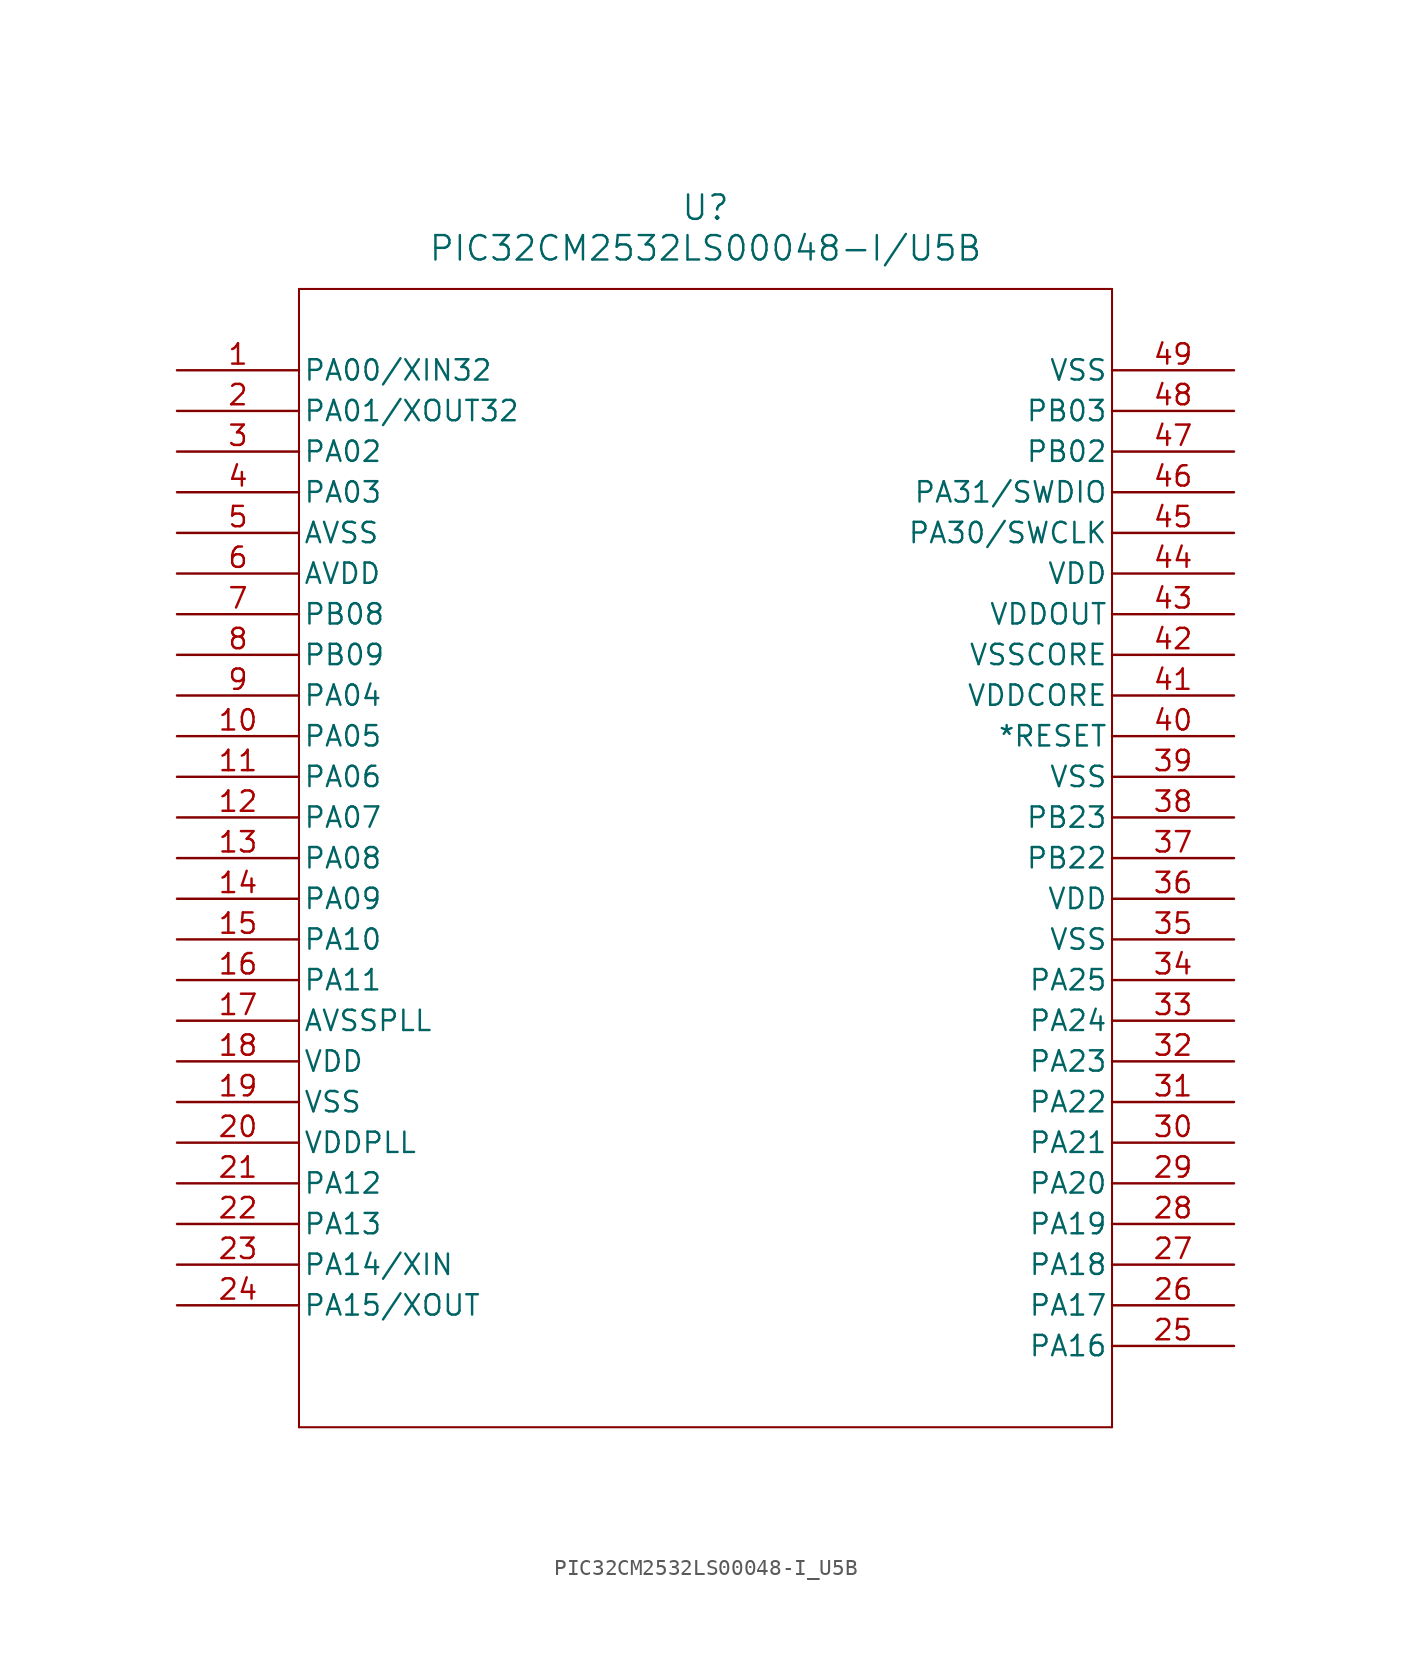
<source format=kicad_sym>
(kicad_symbol_lib
  (version 20211014)
  (generator kicad_symbol_editor)
  (symbol "PIC32CM2532LS00048-I_U5B"
    (pin_names
      (offset 0.254))
    (property "Reference" "U"
      (at 33.02 10.16 0)
      (effects (font (size 1.524 1.524))))
    (property "Value" "PIC32CM2532LS00048-I/U5B"
      (at 33.02 7.62 0)
      (effects (font (size 1.524 1.524))))
    (symbol "PIC32CM2532LS00048-I_U5B_0_1"
      (polyline (pts (xy 7.62 5.08) (xy 7.62 -66.04)) (stroke (width 0.127) (type default) (color 0 0 0 0)) (fill (type none)))
      (polyline (pts (xy 7.62 -66.04) (xy 58.42 -66.04)) (stroke (width 0.127) (type default) (color 0 0 0 0)) (fill (type none)))
      (polyline (pts (xy 58.42 -66.04) (xy 58.42 5.08)) (stroke (width 0.127) (type default) (color 0 0 0 0)) (fill (type none)))
      (polyline (pts (xy 58.42 5.08) (xy 7.62 5.08)) (stroke (width 0.127) (type default) (color 0 0 0 0)) (fill (type none)))
      (pin bidirectional line (at 0 0 0) (length 7.62) (name "PA00/XIN32" (effects (font (size 1.27 1.27)))) (number "1" (effects (font (size 1.27 1.27)))))
      (pin bidirectional line (at 0 -2.54 0) (length 7.62) (name "PA01/XOUT32" (effects (font (size 1.27 1.27)))) (number "2" (effects (font (size 1.27 1.27)))))
      (pin bidirectional line (at 0 -5.08 0) (length 7.62) (name "PA02" (effects (font (size 1.27 1.27)))) (number "3" (effects (font (size 1.27 1.27)))))
      (pin bidirectional line (at 0 -7.62 0) (length 7.62) (name "PA03" (effects (font (size 1.27 1.27)))) (number "4" (effects (font (size 1.27 1.27)))))
      (pin power_out line (at 0 -10.16 0) (length 7.62) (name "AVSS" (effects (font (size 1.27 1.27)))) (number "5" (effects (font (size 1.27 1.27)))))
      (pin power_in line (at 0 -12.7 0) (length 7.62) (name "AVDD" (effects (font (size 1.27 1.27)))) (number "6" (effects (font (size 1.27 1.27)))))
      (pin bidirectional line (at 0 -15.24 0) (length 7.62) (name "PB08" (effects (font (size 1.27 1.27)))) (number "7" (effects (font (size 1.27 1.27)))))
      (pin bidirectional line (at 0 -17.78 0) (length 7.62) (name "PB09" (effects (font (size 1.27 1.27)))) (number "8" (effects (font (size 1.27 1.27)))))
      (pin bidirectional line (at 0 -20.32 0) (length 7.62) (name "PA04" (effects (font (size 1.27 1.27)))) (number "9" (effects (font (size 1.27 1.27)))))
      (pin bidirectional line (at 0 -22.86 0) (length 7.62) (name "PA05" (effects (font (size 1.27 1.27)))) (number "10" (effects (font (size 1.27 1.27)))))
      (pin bidirectional line (at 0 -25.4 0) (length 7.62) (name "PA06" (effects (font (size 1.27 1.27)))) (number "11" (effects (font (size 1.27 1.27)))))
      (pin bidirectional line (at 0 -27.94 0) (length 7.62) (name "PA07" (effects (font (size 1.27 1.27)))) (number "12" (effects (font (size 1.27 1.27)))))
      (pin bidirectional line (at 0 -30.48 0) (length 7.62) (name "PA08" (effects (font (size 1.27 1.27)))) (number "13" (effects (font (size 1.27 1.27)))))
      (pin bidirectional line (at 0 -33.02 0) (length 7.62) (name "PA09" (effects (font (size 1.27 1.27)))) (number "14" (effects (font (size 1.27 1.27)))))
      (pin bidirectional line (at 0 -35.56 0) (length 7.62) (name "PA10" (effects (font (size 1.27 1.27)))) (number "15" (effects (font (size 1.27 1.27)))))
      (pin bidirectional line (at 0 -38.1 0) (length 7.62) (name "PA11" (effects (font (size 1.27 1.27)))) (number "16" (effects (font (size 1.27 1.27)))))
      (pin power_out line (at 0 -40.64 0) (length 7.62) (name "AVSSPLL" (effects (font (size 1.27 1.27)))) (number "17" (effects (font (size 1.27 1.27)))))
      (pin power_in line (at 0 -43.18 0) (length 7.62) (name "VDD" (effects (font (size 1.27 1.27)))) (number "18" (effects (font (size 1.27 1.27)))))
      (pin power_out line (at 0 -45.72 0) (length 7.62) (name "VSS" (effects (font (size 1.27 1.27)))) (number "19" (effects (font (size 1.27 1.27)))))
      (pin power_in line (at 0 -48.26 0) (length 7.62) (name "VDDPLL" (effects (font (size 1.27 1.27)))) (number "20" (effects (font (size 1.27 1.27)))))
      (pin bidirectional line (at 0 -50.8 0) (length 7.62) (name "PA12" (effects (font (size 1.27 1.27)))) (number "21" (effects (font (size 1.27 1.27)))))
      (pin bidirectional line (at 0 -53.34 0) (length 7.62) (name "PA13" (effects (font (size 1.27 1.27)))) (number "22" (effects (font (size 1.27 1.27)))))
      (pin bidirectional line (at 0 -55.88 0) (length 7.62) (name "PA14/XIN" (effects (font (size 1.27 1.27)))) (number "23" (effects (font (size 1.27 1.27)))))
      (pin bidirectional line (at 0 -58.42 0) (length 7.62) (name "PA15/XOUT" (effects (font (size 1.27 1.27)))) (number "24" (effects (font (size 1.27 1.27)))))
      (pin bidirectional line (at 66.04 -60.96 180) (length 7.62) (name "PA16" (effects (font (size 1.27 1.27)))) (number "25" (effects (font (size 1.27 1.27)))))
      (pin bidirectional line (at 66.04 -58.42 180) (length 7.62) (name "PA17" (effects (font (size 1.27 1.27)))) (number "26" (effects (font (size 1.27 1.27)))))
      (pin bidirectional line (at 66.04 -55.88 180) (length 7.62) (name "PA18" (effects (font (size 1.27 1.27)))) (number "27" (effects (font (size 1.27 1.27)))))
      (pin bidirectional line (at 66.04 -53.34 180) (length 7.62) (name "PA19" (effects (font (size 1.27 1.27)))) (number "28" (effects (font (size 1.27 1.27)))))
      (pin bidirectional line (at 66.04 -50.8 180) (length 7.62) (name "PA20" (effects (font (size 1.27 1.27)))) (number "29" (effects (font (size 1.27 1.27)))))
      (pin bidirectional line (at 66.04 -48.26 180) (length 7.62) (name "PA21" (effects (font (size 1.27 1.27)))) (number "30" (effects (font (size 1.27 1.27)))))
      (pin bidirectional line (at 66.04 -45.72 180) (length 7.62) (name "PA22" (effects (font (size 1.27 1.27)))) (number "31" (effects (font (size 1.27 1.27)))))
      (pin bidirectional line (at 66.04 -43.18 180) (length 7.62) (name "PA23" (effects (font (size 1.27 1.27)))) (number "32" (effects (font (size 1.27 1.27)))))
      (pin bidirectional line (at 66.04 -40.64 180) (length 7.62) (name "PA24" (effects (font (size 1.27 1.27)))) (number "33" (effects (font (size 1.27 1.27)))))
      (pin bidirectional line (at 66.04 -38.1 180) (length 7.62) (name "PA25" (effects (font (size 1.27 1.27)))) (number "34" (effects (font (size 1.27 1.27)))))
      (pin power_out line (at 66.04 -35.56 180) (length 7.62) (name "VSS" (effects (font (size 1.27 1.27)))) (number "35" (effects (font (size 1.27 1.27)))))
      (pin power_in line (at 66.04 -33.02 180) (length 7.62) (name "VDD" (effects (font (size 1.27 1.27)))) (number "36" (effects (font (size 1.27 1.27)))))
      (pin bidirectional line (at 66.04 -30.48 180) (length 7.62) (name "PB22" (effects (font (size 1.27 1.27)))) (number "37" (effects (font (size 1.27 1.27)))))
      (pin bidirectional line (at 66.04 -27.94 180) (length 7.62) (name "PB23" (effects (font (size 1.27 1.27)))) (number "38" (effects (font (size 1.27 1.27)))))
      (pin power_out line (at 66.04 -25.4 180) (length 7.62) (name "VSS" (effects (font (size 1.27 1.27)))) (number "39" (effects (font (size 1.27 1.27)))))
      (pin input line (at 66.04 -22.86 180) (length 7.62) (name "*RESET" (effects (font (size 1.27 1.27)))) (number "40" (effects (font (size 1.27 1.27)))))
      (pin power_in line (at 66.04 -20.32 180) (length 7.62) (name "VDDCORE" (effects (font (size 1.27 1.27)))) (number "41" (effects (font (size 1.27 1.27)))))
      (pin power_out line (at 66.04 -17.78 180) (length 7.62) (name "VSSCORE" (effects (font (size 1.27 1.27)))) (number "42" (effects (font (size 1.27 1.27)))))
      (pin output line (at 66.04 -15.24 180) (length 7.62) (name "VDDOUT" (effects (font (size 1.27 1.27)))) (number "43" (effects (font (size 1.27 1.27)))))
      (pin power_in line (at 66.04 -12.7 180) (length 7.62) (name "VDD" (effects (font (size 1.27 1.27)))) (number "44" (effects (font (size 1.27 1.27)))))
      (pin bidirectional line (at 66.04 -10.16 180) (length 7.62) (name "PA30/SWCLK" (effects (font (size 1.27 1.27)))) (number "45" (effects (font (size 1.27 1.27)))))
      (pin bidirectional line (at 66.04 -7.62 180) (length 7.62) (name "PA31/SWDIO" (effects (font (size 1.27 1.27)))) (number "46" (effects (font (size 1.27 1.27)))))
      (pin bidirectional line (at 66.04 -5.08 180) (length 7.62) (name "PB02" (effects (font (size 1.27 1.27)))) (number "47" (effects (font (size 1.27 1.27)))))
      (pin bidirectional line (at 66.04 -2.54 180) (length 7.62) (name "PB03" (effects (font (size 1.27 1.27)))) (number "48" (effects (font (size 1.27 1.27)))))
      (pin power_out line (at 66.04 0 180) (length 7.62) (name "VSS" (effects (font (size 1.27 1.27)))) (number "49" (effects (font (size 1.27 1.27))))))))
</source>
